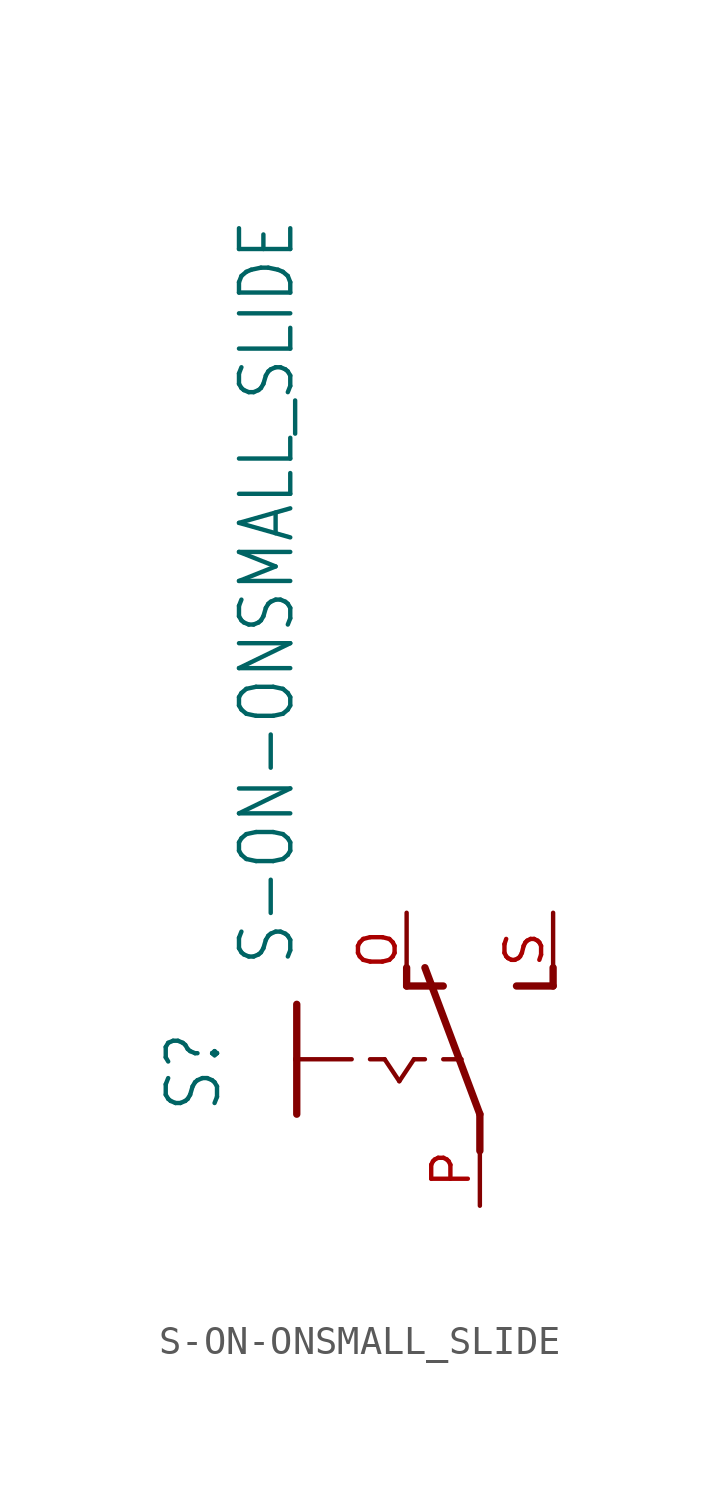
<source format=kicad_sym>
(kicad_symbol_lib
  (version 20211014)
  (generator kicad_symbol_editor)
  (symbol "S-ON-ONSMALL_SLIDE"
    (property "Reference" "S"
      (at -6.35 -1.905 90)
      (effects (font (size 1.778 1.511)) (justify left bottom)))
    (property "Value" "S-ON-ONSMALL_SLIDE"
      (at -3.81 3.175 90)
      (effects (font (size 1.778 1.511)) (justify left bottom)))
    (property "ki_locked" ""
      (at 0 0 0)
      (effects (font (size 1.27 1.27))))
    (symbol "S-ON-ONSMALL_SLIDE_1_0"
      (polyline (pts (xy -3.81 0) (xy -3.81 -1.905)) (stroke (width 0.254) (type default) (color 0 0 0 0)) (fill (type none)))
      (polyline (pts (xy -3.81 0) (xy -1.905 0)) (stroke (width 0.152) (type default) (color 0 0 0 0)) (fill (type none)))
      (polyline (pts (xy -3.81 1.905) (xy -3.81 0)) (stroke (width 0.254) (type default) (color 0 0 0 0)) (fill (type none)))
      (polyline (pts (xy -1.27 0) (xy -0.762 0)) (stroke (width 0.152) (type default) (color 0 0 0 0)) (fill (type none)))
      (polyline (pts (xy -0.762 0) (xy -0.254 -0.762)) (stroke (width 0.152) (type default) (color 0 0 0 0)) (fill (type none)))
      (polyline (pts (xy -0.254 -0.762) (xy 0.254 0)) (stroke (width 0.152) (type default) (color 0 0 0 0)) (fill (type none)))
      (polyline (pts (xy 0 2.54) (xy 0 3.175)) (stroke (width 0.254) (type default) (color 0 0 0 0)) (fill (type none)))
      (polyline (pts (xy 0 2.54) (xy 1.27 2.54)) (stroke (width 0.254) (type default) (color 0 0 0 0)) (fill (type none)))
      (polyline (pts (xy 0.254 0) (xy 0.635 0)) (stroke (width 0.152) (type default) (color 0 0 0 0)) (fill (type none)))
      (polyline (pts (xy 1.27 0) (xy 1.905 0)) (stroke (width 0.152) (type default) (color 0 0 0 0)) (fill (type none)))
      (polyline (pts (xy 2.54 -3.175) (xy 2.54 -1.905)) (stroke (width 0.254) (type default) (color 0 0 0 0)) (fill (type none)))
      (polyline (pts (xy 2.54 -1.905) (xy 0.635 3.175)) (stroke (width 0.254) (type default) (color 0 0 0 0)) (fill (type none)))
      (polyline (pts (xy 3.81 2.54) (xy 5.08 2.54)) (stroke (width 0.254) (type default) (color 0 0 0 0)) (fill (type none)))
      (polyline (pts (xy 5.08 2.54) (xy 5.08 3.175)) (stroke (width 0.254) (type default) (color 0 0 0 0)) (fill (type none)))
      (pin passive line (at 0 5.08 270) (length 2.54) (name "O" (effects (font (size 0 0)))) (number "O" (effects (font (size 1.27 1.27)))))
      (pin passive line (at 2.54 -5.08 90) (length 2.54) (name "P" (effects (font (size 0 0)))) (number "P" (effects (font (size 1.27 1.27)))))
      (pin passive line (at 5.08 5.08 270) (length 2.54) (name "S" (effects (font (size 0 0)))) (number "S" (effects (font (size 1.27 1.27))))))))
</source>
